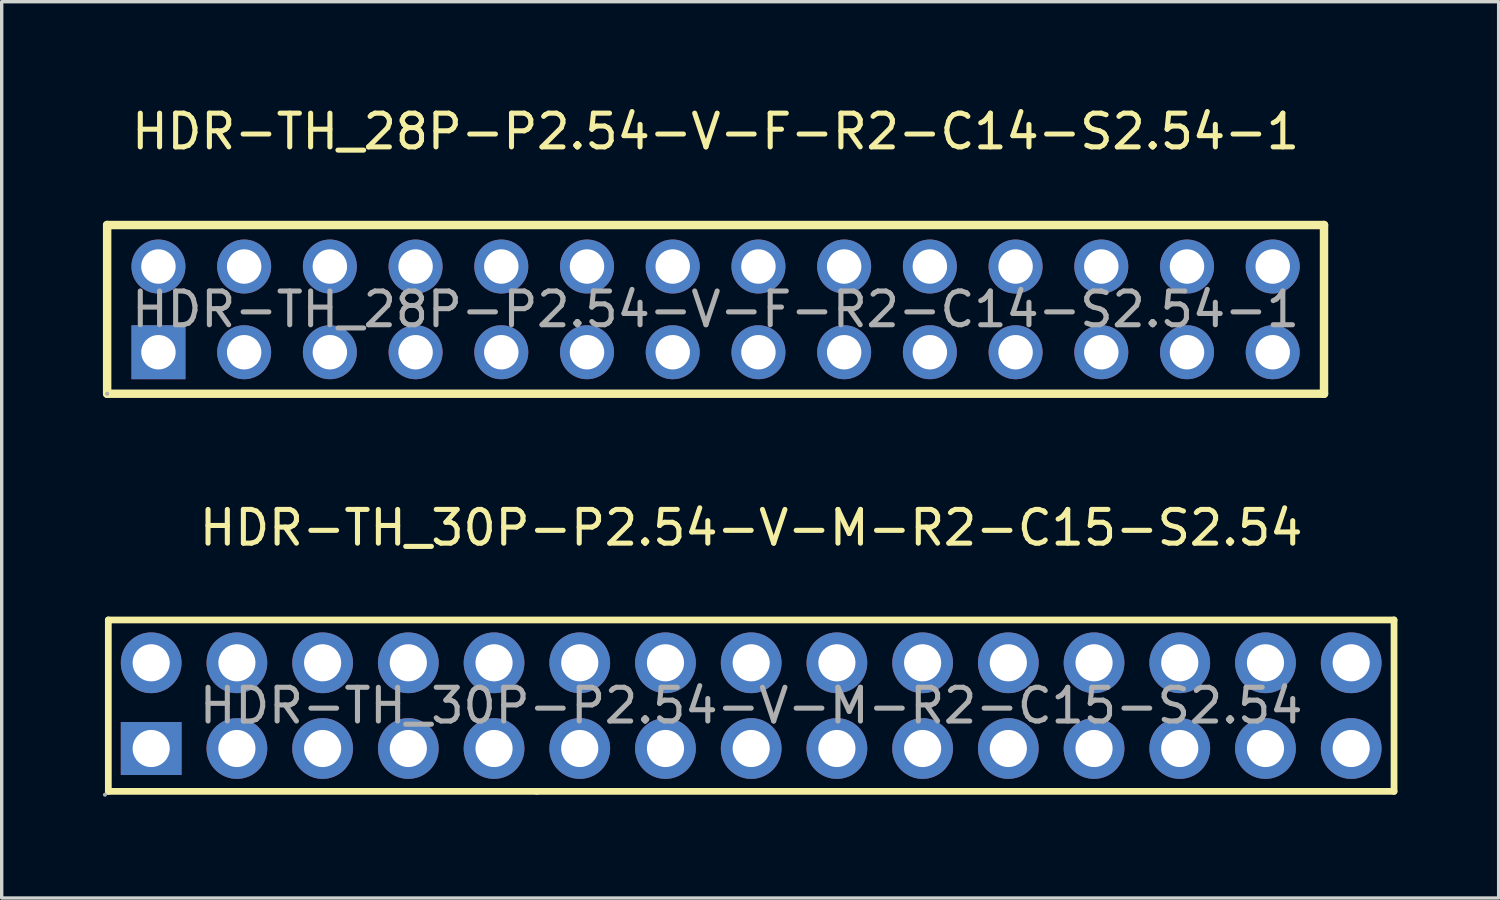
<source format=kicad_pcb>
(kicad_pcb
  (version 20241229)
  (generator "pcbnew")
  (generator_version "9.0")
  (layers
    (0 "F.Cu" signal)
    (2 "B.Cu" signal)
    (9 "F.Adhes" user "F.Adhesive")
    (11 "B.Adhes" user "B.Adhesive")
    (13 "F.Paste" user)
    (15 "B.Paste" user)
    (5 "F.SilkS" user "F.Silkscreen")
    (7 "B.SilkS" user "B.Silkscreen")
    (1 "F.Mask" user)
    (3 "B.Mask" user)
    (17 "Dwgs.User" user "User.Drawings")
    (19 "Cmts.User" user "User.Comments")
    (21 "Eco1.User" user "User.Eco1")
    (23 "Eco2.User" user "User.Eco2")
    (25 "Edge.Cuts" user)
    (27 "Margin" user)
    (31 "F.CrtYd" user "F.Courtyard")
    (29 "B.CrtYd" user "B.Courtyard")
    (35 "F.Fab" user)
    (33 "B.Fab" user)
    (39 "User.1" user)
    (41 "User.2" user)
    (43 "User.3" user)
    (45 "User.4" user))
  (footprint "HDR-TH_28P-P2.54-V-F-R2-C14-S2.54-1"
    (layer "F.Cu")
    (at 18.155 6.118)
    (property "Reference" "HDR-TH_28P-P2.54-V-F-R2-C14-S2.54-1" (at 0 -5.27 0) (layer "F.SilkS") (effects (font (size 1 1) (thickness 0.15))))
    (attr through_hole)
    (fp_line (start -18.03 -2.5) (end 18.03 -2.5) (stroke (width 0.25) (type solid)) (layer "F.SilkS"))
    (fp_line (start -18.03 2.5) (end -18.03 -2.5) (stroke (width 0.25) (type solid)) (layer "F.SilkS"))
    (fp_line (start 18.03 -2.5) (end 18.03 2.5) (stroke (width 0.25) (type solid)) (layer "F.SilkS"))
    (fp_line (start 18.03 2.5) (end -18.03 2.5) (stroke (width 0.25) (type solid)) (layer "F.SilkS"))
    (fp_circle (center -18.03 2.5) (end -18 2.5) (stroke (width 0.06) (type solid)) (fill no) (layer "F.Fab"))
    (fp_text user "${REFERENCE}" (at 0 0 0) (layer "F.Fab") (effects (font (size 1 1) (thickness 0.15))))
    (pad "1" thru_hole rect (at -16.51 1.27) (size 1.6 1.6) (drill 1.02) (layers "*.Cu" "*.Paste" "*.Mask"))
    (pad "2" thru_hole circle (at -16.51 -1.27) (size 1.6 1.6) (drill 1.02) (layers "*.Cu" "*.Paste" "*.Mask"))
    (pad "3" thru_hole circle (at -13.97 1.27) (size 1.6 1.6) (drill 1.02) (layers "*.Cu" "*.Paste" "*.Mask"))
    (pad "4" thru_hole circle (at -13.97 -1.27) (size 1.6 1.6) (drill 1.02) (layers "*.Cu" "*.Paste" "*.Mask"))
    (pad "5" thru_hole circle (at -11.43 1.27) (size 1.6 1.6) (drill 1.02) (layers "*.Cu" "*.Paste" "*.Mask"))
    (pad "6" thru_hole circle (at -11.43 -1.27) (size 1.6 1.6) (drill 1.02) (layers "*.Cu" "*.Paste" "*.Mask"))
    (pad "7" thru_hole circle (at -8.89 1.27) (size 1.6 1.6) (drill 1.02) (layers "*.Cu" "*.Paste" "*.Mask"))
    (pad "8" thru_hole circle (at -8.89 -1.27) (size 1.6 1.6) (drill 1.02) (layers "*.Cu" "*.Paste" "*.Mask"))
    (pad "9" thru_hole circle (at -6.35 1.27) (size 1.6 1.6) (drill 1.02) (layers "*.Cu" "*.Paste" "*.Mask"))
    (pad "10" thru_hole circle (at -6.35 -1.27) (size 1.6 1.6) (drill 1.02) (layers "*.Cu" "*.Paste" "*.Mask"))
    (pad "11" thru_hole circle (at -3.81 1.27) (size 1.6 1.6) (drill 1.02) (layers "*.Cu" "*.Paste" "*.Mask"))
    (pad "12" thru_hole circle (at -3.81 -1.27) (size 1.6 1.6) (drill 1.02) (layers "*.Cu" "*.Paste" "*.Mask"))
    (pad "13" thru_hole circle (at -1.27 1.27) (size 1.6 1.6) (drill 1.02) (layers "*.Cu" "*.Paste" "*.Mask"))
    (pad "14" thru_hole circle (at -1.27 -1.27) (size 1.6 1.6) (drill 1.02) (layers "*.Cu" "*.Paste" "*.Mask"))
    (pad "15" thru_hole circle (at 1.27 1.27) (size 1.6 1.6) (drill 1.02) (layers "*.Cu" "*.Paste" "*.Mask"))
    (pad "16" thru_hole circle (at 1.27 -1.27) (size 1.6 1.6) (drill 1.02) (layers "*.Cu" "*.Paste" "*.Mask"))
    (pad "17" thru_hole circle (at 3.81 1.27) (size 1.6 1.6) (drill 1.02) (layers "*.Cu" "*.Paste" "*.Mask"))
    (pad "18" thru_hole circle (at 3.81 -1.27) (size 1.6 1.6) (drill 1.02) (layers "*.Cu" "*.Paste" "*.Mask"))
    (pad "19" thru_hole circle (at 6.35 1.27) (size 1.6 1.6) (drill 1.02) (layers "*.Cu" "*.Paste" "*.Mask"))
    (pad "20" thru_hole circle (at 6.35 -1.27) (size 1.6 1.6) (drill 1.02) (layers "*.Cu" "*.Paste" "*.Mask"))
    (pad "21" thru_hole circle (at 8.89 1.27) (size 1.6 1.6) (drill 1.02) (layers "*.Cu" "*.Paste" "*.Mask"))
    (pad "22" thru_hole circle (at 8.89 -1.27) (size 1.6 1.6) (drill 1.02) (layers "*.Cu" "*.Paste" "*.Mask"))
    (pad "23" thru_hole circle (at 11.43 1.27) (size 1.6 1.6) (drill 1.02) (layers "*.Cu" "*.Paste" "*.Mask"))
    (pad "24" thru_hole circle (at 11.43 -1.27) (size 1.6 1.6) (drill 1.02) (layers "*.Cu" "*.Paste" "*.Mask"))
    (pad "25" thru_hole circle (at 13.97 1.27) (size 1.6 1.6) (drill 1.02) (layers "*.Cu" "*.Paste" "*.Mask"))
    (pad "26" thru_hole circle (at 13.97 -1.27) (size 1.6 1.6) (drill 1.02) (layers "*.Cu" "*.Paste" "*.Mask"))
    (pad "27" thru_hole circle (at 16.51 1.27) (size 1.6 1.6) (drill 1.02) (layers "*.Cu" "*.Paste" "*.Mask"))
    (pad "28" thru_hole circle (at 16.51 -1.27) (size 1.6 1.6) (drill 1.02) (layers "*.Cu" "*.Paste" "*.Mask")))
  (footprint "HDR-TH_30P-P2.54-V-M-R2-C15-S2.54"
    (layer "F.Cu")
    (at 19.21 17.861)
    (property "Reference" "HDR-TH_30P-P2.54-V-M-R2-C15-S2.54" (at 0 -5.27 0) (layer "F.SilkS") (effects (font (size 1 1) (thickness 0.15))))
    (attr through_hole)
    (fp_line (start -19.05 -2.54) (end -19.05 2.54) (stroke (width 0.2) (type solid)) (layer "F.SilkS"))
    (fp_line (start -19.05 2.54) (end -6.35 2.54) (stroke (width 0.2) (type solid)) (layer "F.SilkS"))
    (fp_line (start -6.35 2.54) (end 19.05 2.54) (stroke (width 0.2) (type solid)) (layer "F.SilkS"))
    (fp_line (start 19.05 -2.54) (end -19.05 -2.54) (stroke (width 0.2) (type solid)) (layer "F.SilkS"))
    (fp_line (start 19.05 2.54) (end 19.05 -2.54) (stroke (width 0.2) (type solid)) (layer "F.SilkS"))
    (fp_circle (center -19.15 2.64) (end -19.12 2.64) (stroke (width 0.06) (type solid)) (fill no) (layer "F.Fab"))
    (fp_circle (center -17.78 -1.27) (end -17.55 -1.27) (stroke (width 0.45) (type solid)) (fill no) (layer "F.Fab"))
    (fp_circle (center -17.78 1.27) (end -17.55 1.27) (stroke (width 0.45) (type solid)) (fill no) (layer "F.Fab"))
    (fp_circle (center -15.24 -1.27) (end -15.01 -1.27) (stroke (width 0.45) (type solid)) (fill no) (layer "F.Fab"))
    (fp_circle (center -15.24 1.27) (end -15.01 1.27) (stroke (width 0.45) (type solid)) (fill no) (layer "F.Fab"))
    (fp_circle (center -12.7 -1.27) (end -12.47 -1.27) (stroke (width 0.45) (type solid)) (fill no) (layer "F.Fab"))
    (fp_circle (center -12.7 1.27) (end -12.47 1.27) (stroke (width 0.45) (type solid)) (fill no) (layer "F.Fab"))
    (fp_circle (center -10.16 -1.27) (end -9.93 -1.27) (stroke (width 0.45) (type solid)) (fill no) (layer "F.Fab"))
    (fp_circle (center -10.16 1.27) (end -9.93 1.27) (stroke (width 0.45) (type solid)) (fill no) (layer "F.Fab"))
    (fp_circle (center -7.62 -1.27) (end -7.39 -1.27) (stroke (width 0.45) (type solid)) (fill no) (layer "F.Fab"))
    (fp_circle (center -7.62 -1.27) (end -7.39 -1.27) (stroke (width 0.45) (type solid)) (fill no) (layer "F.Fab"))
    (fp_circle (center -7.62 1.27) (end -7.39 1.27) (stroke (width 0.45) (type solid)) (fill no) (layer "F.Fab"))
    (fp_circle (center -7.62 1.27) (end -7.39 1.27) (stroke (width 0.45) (type solid)) (fill no) (layer "F.Fab"))
    (fp_text user "${REFERENCE}" (at 0 0 0) (layer "F.Fab") (effects (font (size 1 1) (thickness 0.15))))
    (pad "1" thru_hole rect (at -17.78 1.27) (size 1.8 1.57) (drill 1.1) (layers "*.Cu" "*.Paste" "*.Mask"))
    (pad "2" thru_hole circle (at -17.78 -1.27) (size 1.8 1.8) (drill 1.1) (layers "*.Cu" "*.Paste" "*.Mask"))
    (pad "3" thru_hole circle (at -15.24 1.27) (size 1.8 1.8) (drill 1.1) (layers "*.Cu" "*.Paste" "*.Mask"))
    (pad "4" thru_hole circle (at -15.24 -1.27) (size 1.8 1.8) (drill 1.1) (layers "*.Cu" "*.Paste" "*.Mask"))
    (pad "5" thru_hole circle (at -12.7 1.27) (size 1.8 1.8) (drill 1.1) (layers "*.Cu" "*.Paste" "*.Mask"))
    (pad "6" thru_hole circle (at -12.7 -1.27) (size 1.8 1.8) (drill 1.1) (layers "*.Cu" "*.Paste" "*.Mask"))
    (pad "7" thru_hole circle (at -10.16 1.27) (size 1.8 1.8) (drill 1.1) (layers "*.Cu" "*.Paste" "*.Mask"))
    (pad "8" thru_hole circle (at -10.16 -1.27) (size 1.8 1.8) (drill 1.1) (layers "*.Cu" "*.Paste" "*.Mask"))
    (pad "9" thru_hole circle (at -7.62 1.27) (size 1.8 1.8) (drill 1.1) (layers "*.Cu" "*.Paste" "*.Mask"))
    (pad "10" thru_hole circle (at -7.62 -1.27) (size 1.8 1.8) (drill 1.1) (layers "*.Cu" "*.Paste" "*.Mask"))
    (pad "11" thru_hole circle (at -5.08 1.27) (size 1.8 1.8) (drill 1.1) (layers "*.Cu" "*.Paste" "*.Mask"))
    (pad "12" thru_hole circle (at -5.08 -1.27) (size 1.8 1.8) (drill 1.1) (layers "*.Cu" "*.Paste" "*.Mask"))
    (pad "13" thru_hole circle (at -2.54 1.27) (size 1.8 1.8) (drill 1.1) (layers "*.Cu" "*.Paste" "*.Mask"))
    (pad "14" thru_hole circle (at -2.54 -1.27) (size 1.8 1.8) (drill 1.1) (layers "*.Cu" "*.Paste" "*.Mask"))
    (pad "15" thru_hole circle (at 0 1.27) (size 1.8 1.8) (drill 1.1) (layers "*.Cu" "*.Paste" "*.Mask"))
    (pad "16" thru_hole circle (at 0 -1.27) (size 1.8 1.8) (drill 1.1) (layers "*.Cu" "*.Paste" "*.Mask"))
    (pad "17" thru_hole circle (at 2.54 1.27) (size 1.8 1.8) (drill 1.1) (layers "*.Cu" "*.Paste" "*.Mask"))
    (pad "18" thru_hole circle (at 2.54 -1.27) (size 1.8 1.8) (drill 1.1) (layers "*.Cu" "*.Paste" "*.Mask"))
    (pad "19" thru_hole circle (at 5.08 1.27) (size 1.8 1.8) (drill 1.1) (layers "*.Cu" "*.Paste" "*.Mask"))
    (pad "20" thru_hole circle (at 5.08 -1.27) (size 1.8 1.8) (drill 1.1) (layers "*.Cu" "*.Paste" "*.Mask"))
    (pad "21" thru_hole circle (at 7.62 1.27) (size 1.8 1.8) (drill 1.1) (layers "*.Cu" "*.Paste" "*.Mask"))
    (pad "22" thru_hole circle (at 7.62 -1.27) (size 1.8 1.8) (drill 1.1) (layers "*.Cu" "*.Paste" "*.Mask"))
    (pad "23" thru_hole circle (at 10.16 1.27) (size 1.8 1.8) (drill 1.1) (layers "*.Cu" "*.Paste" "*.Mask"))
    (pad "24" thru_hole circle (at 10.16 -1.27) (size 1.8 1.8) (drill 1.1) (layers "*.Cu" "*.Paste" "*.Mask"))
    (pad "25" thru_hole circle (at 12.7 1.27) (size 1.8 1.8) (drill 1.1) (layers "*.Cu" "*.Paste" "*.Mask"))
    (pad "26" thru_hole circle (at 12.7 -1.27) (size 1.8 1.8) (drill 1.1) (layers "*.Cu" "*.Paste" "*.Mask"))
    (pad "27" thru_hole circle (at 15.24 1.27) (size 1.8 1.8) (drill 1.1) (layers "*.Cu" "*.Paste" "*.Mask"))
    (pad "28" thru_hole circle (at 15.24 -1.27) (size 1.8 1.8) (drill 1.1) (layers "*.Cu" "*.Paste" "*.Mask"))
    (pad "29" thru_hole circle (at 17.78 1.27) (size 1.8 1.8) (drill 1.1) (layers "*.Cu" "*.Paste" "*.Mask"))
    (pad "30" thru_hole circle (at 17.78 -1.27) (size 1.8 1.8) (drill 1.1) (layers "*.Cu" "*.Paste" "*.Mask")))
  (gr_rect
    (start -3 -3)
    (end 41.36 23.561)
    (stroke (width 0.1) (type default))
    (fill no)
    (layer "Edge.Cuts")))
</source>
